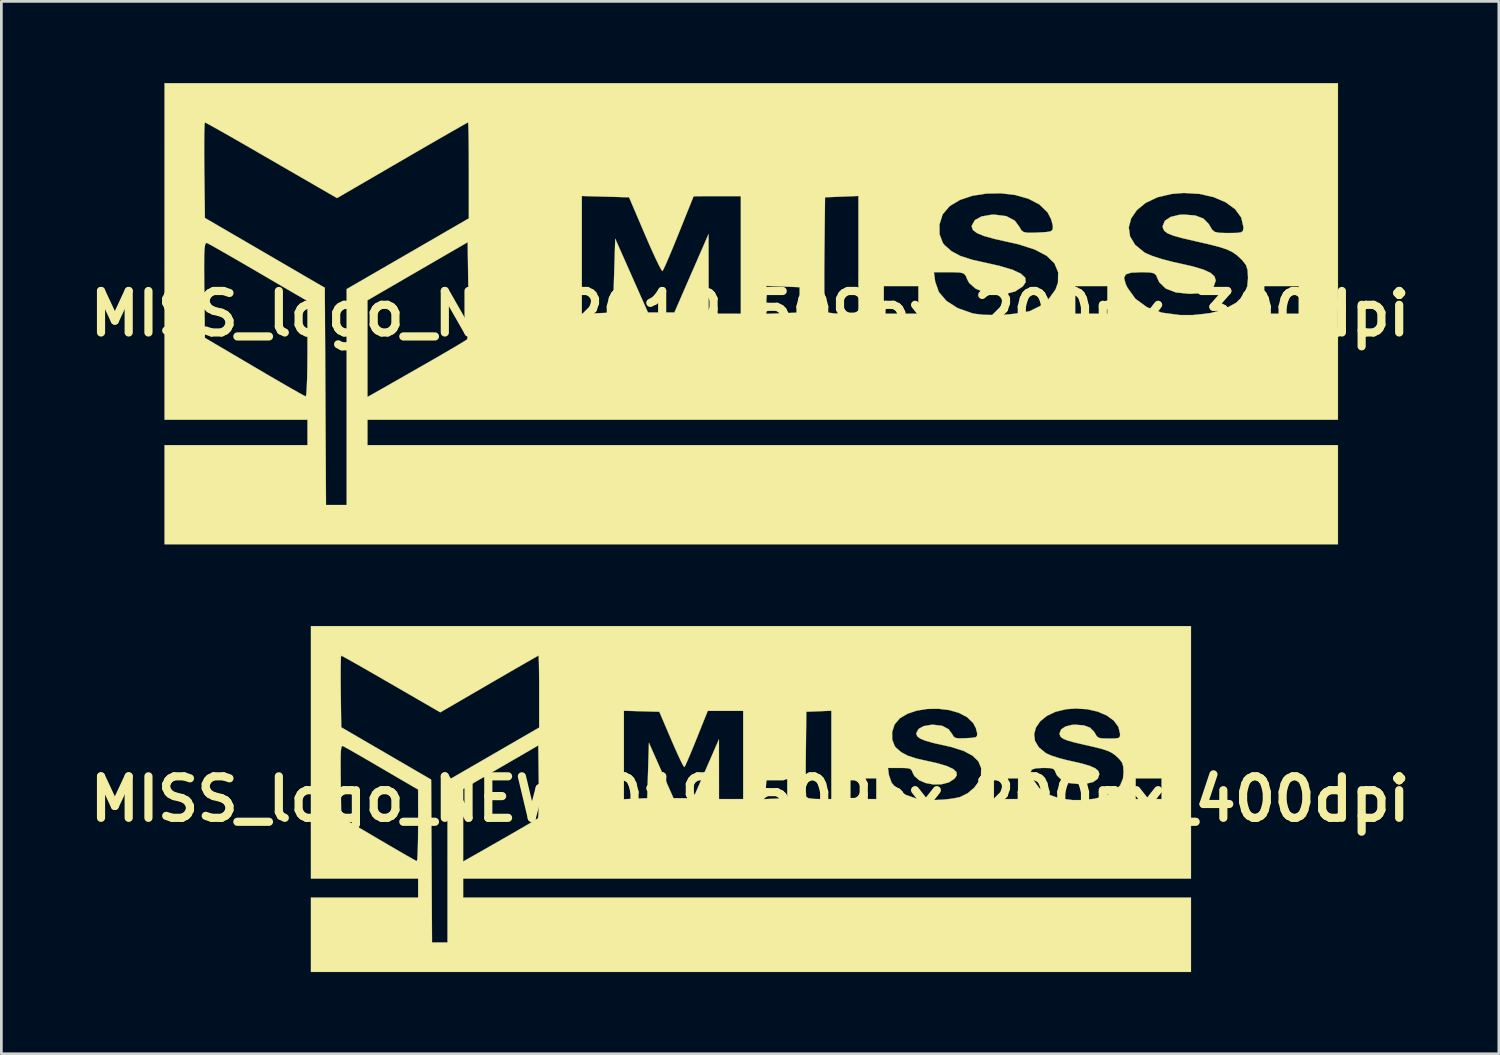
<source format=kicad_pcb>
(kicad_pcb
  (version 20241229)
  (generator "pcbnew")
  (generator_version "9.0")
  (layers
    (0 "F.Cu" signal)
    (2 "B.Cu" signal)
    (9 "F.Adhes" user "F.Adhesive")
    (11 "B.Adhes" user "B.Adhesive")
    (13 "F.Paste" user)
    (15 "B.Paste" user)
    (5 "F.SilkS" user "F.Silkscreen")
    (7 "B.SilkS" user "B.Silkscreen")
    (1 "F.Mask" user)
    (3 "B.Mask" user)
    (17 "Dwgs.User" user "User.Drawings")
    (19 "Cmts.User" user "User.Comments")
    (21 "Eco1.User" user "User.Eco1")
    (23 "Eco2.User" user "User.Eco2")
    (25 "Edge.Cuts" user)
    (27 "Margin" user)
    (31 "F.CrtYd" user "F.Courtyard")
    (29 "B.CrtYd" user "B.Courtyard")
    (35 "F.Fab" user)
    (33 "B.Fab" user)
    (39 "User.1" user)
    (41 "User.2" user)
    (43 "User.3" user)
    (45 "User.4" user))
  (footprint "MISS_logo_NEW2019_509px_200px_400dpi"
    (layer "F.Cu")
    (at 24.5 26.298)
    (property "Reference" "MISS_logo_NEW2019_509px_200px_400dpi" (at 0 0 0) (layer "F.SilkS") (effects (font (size 1.524 1.524) (thickness 0.3))))
    (attr through_hole)
    (fp_poly (pts (xy 16.192 2.921) (xy -10.541 2.921) (xy -10.541 3.619) (xy 16.192 3.619) (xy 16.192 6.35) (xy -16.129 6.35) (xy -16.129 3.619) (xy -12.192 3.619) (xy -12.192 2.921) (xy -16.129 2.921) (xy -16.129 -1.298) (xy -15.04 -1.298) (xy -15.038 -0.909) (xy -15.035 -0.658) (xy -15.018 0.666) (xy -13.652 1.47) (xy -13.276 1.691) (xy -12.935 1.889) (xy -12.646 2.056) (xy -12.424 2.182) (xy -12.283 2.259) (xy -12.24 2.28) (xy -12.225 2.221) (xy -12.213 2.054) (xy -12.203 1.798) (xy -12.196 1.469) (xy -12.193 1.088) (xy -12.192 0.968) (xy -12.193 -0.349) (xy -12.367 -0.45) (xy -12.473 -0.512) (xy -12.67 -0.627) (xy -12.938 -0.783) (xy -13.257 -0.97) (xy -13.61 -1.176) (xy -13.708 -1.233) (xy -14.059 -1.438) (xy -14.376 -1.621) (xy -14.642 -1.773) (xy -14.839 -1.883) (xy -14.95 -1.943) (xy -14.964 -1.949) (xy -14.994 -1.943) (xy -15.015 -1.889) (xy -15.03 -1.773) (xy -15.038 -1.581) (xy -15.04 -1.298) (xy -16.129 -1.298) (xy -16.129 -4.454) (xy -15.039 -4.454) (xy -15.036 -4.072) (xy -15.035 -3.954) (xy -15.018 -2.637) (xy -11.716 -0.715) (xy -11.699 2.278) (xy -11.683 5.271) (xy -11.113 5.271) (xy -11.113 -0.369) (xy -10.541 -0.369) (xy -10.541 2.295) (xy -10.176 2.088) (xy -9.997 1.987) (xy -9.736 1.838) (xy -9.418 1.656) (xy -9.072 1.459) (xy -8.826 1.318) (xy -8.506 1.133) (xy -8.224 0.969) (xy -7.999 0.835) (xy -7.848 0.743) (xy -7.793 0.706) (xy -7.779 0.631) (xy -7.769 0.448) (xy -7.762 0.177) (xy -7.76 0.006) (xy -4.636 0.006) (xy -4.63 0.006) (xy 0.445 0.006) (xy 0.905 -0.013) (xy 1.365 -0.032) (xy 1.365 -0.73) (xy 0.445 -0.768) (xy 0.445 0.006) (xy -4.63 0.006) (xy -3.778 -0.032) (xy -3.715 -2.064) (xy -3.264 -1.048) (xy -2.814 -0.032) (xy -2.086 -0.032) (xy -1.907 -0.445) (xy -1.804 -0.681) (xy -1.67 -0.988) (xy -1.526 -1.318) (xy -1.436 -1.524) (xy -1.145 -2.191) (xy -1.143 0) (xy -0.254 0) (xy -0.254 -0.864) (xy 2.042 -0.864) (xy 2.044 -0.533) (xy 2.049 -0.28) (xy 2.055 -0.123) (xy 2.061 -0.081) (xy 2.141 -0.031) (xy 2.339 -0.005) (xy 2.538 0) (xy 2.985 0) (xy 2.985 -0.762) (xy 3.683 -0.762) (xy 3.683 0) (xy 4.636 0) (xy 4.636 -0.762) (xy 3.683 -0.762) (xy 2.985 -0.762) (xy 2.985 -1.143) (xy 5.063 -1.143) (xy 5.098 -0.883) (xy 5.198 -0.598) (xy 5.409 -0.352) (xy 5.718 -0.154) (xy 6.111 -0.015) (xy 6.181 0.001) (xy 6.435 0.031) (xy 6.761 0.037) (xy 7.113 0.02) (xy 7.44 -0.016) (xy 7.694 -0.069) (xy 7.712 -0.074) (xy 7.993 -0.214) (xy 8.237 -0.422) (xy 8.413 -0.667) (xy 8.448 -0.762) (xy 8.954 -0.762) (xy 8.954 0) (xy 9.842 0) (xy 9.842 -0.762) (xy 8.954 -0.762) (xy 8.448 -0.762) (xy 8.481 -0.855) (xy 8.483 -0.986) (xy 10.301 -0.986) (xy 10.343 -0.826) (xy 10.392 -0.72) (xy 10.616 -0.408) (xy 10.936 -0.177) (xy 11.347 -0.028) (xy 11.847 0.038) (xy 12.201 0.036) (xy 12.65 -0.01) (xy 13.004 -0.102) (xy 13.076 -0.131) (xy 13.39 -0.301) (xy 13.592 -0.503) (xy 13.695 -0.753) (xy 13.696 -0.762) (xy 14.161 -0.762) (xy 14.161 0) (xy 15.113 0) (xy 15.113 -0.762) (xy 14.161 -0.762) (xy 13.696 -0.762) (xy 13.716 -0.982) (xy 13.705 -1.197) (xy 13.66 -1.342) (xy 13.558 -1.472) (xy 13.518 -1.512) (xy 13.402 -1.617) (xy 13.283 -1.7) (xy 13.138 -1.769) (xy 12.942 -1.835) (xy 12.671 -1.905) (xy 12.302 -1.99) (xy 12.262 -1.999) (xy 11.905 -2.082) (xy 11.656 -2.152) (xy 11.495 -2.218) (xy 11.406 -2.287) (xy 11.37 -2.369) (xy 11.367 -2.417) (xy 11.425 -2.559) (xy 11.584 -2.665) (xy 11.82 -2.724) (xy 11.948 -2.731) (xy 12.264 -2.705) (xy 12.485 -2.622) (xy 12.635 -2.472) (xy 12.667 -2.416) (xy 12.729 -2.311) (xy 12.802 -2.253) (xy 12.922 -2.228) (xy 13.125 -2.223) (xy 13.178 -2.223) (xy 13.399 -2.225) (xy 13.522 -2.241) (xy 13.576 -2.281) (xy 13.589 -2.357) (xy 13.589 -2.39) (xy 13.529 -2.649) (xy 13.362 -2.878) (xy 13.103 -3.068) (xy 12.771 -3.211) (xy 12.382 -3.3) (xy 11.952 -3.326) (xy 11.616 -3.301) (xy 11.22 -3.207) (xy 10.897 -3.054) (xy 10.654 -2.855) (xy 10.497 -2.626) (xy 10.431 -2.38) (xy 10.464 -2.134) (xy 10.603 -1.9) (xy 10.853 -1.695) (xy 10.9 -1.667) (xy 11.077 -1.591) (xy 11.336 -1.508) (xy 11.632 -1.429) (xy 11.775 -1.398) (xy 12.188 -1.304) (xy 12.487 -1.215) (xy 12.685 -1.124) (xy 12.794 -1.026) (xy 12.827 -0.915) (xy 12.769 -0.746) (xy 12.601 -0.627) (xy 12.332 -0.561) (xy 12.106 -0.549) (xy 11.733 -0.586) (xy 11.453 -0.692) (xy 11.273 -0.864) (xy 11.229 -0.957) (xy 11.186 -1.057) (xy 11.126 -1.113) (xy 11.014 -1.137) (xy 10.817 -1.143) (xy 10.755 -1.143) (xy 10.495 -1.13) (xy 10.348 -1.083) (xy 10.301 -0.986) (xy 8.483 -0.986) (xy 8.486 -1.141) (xy 8.384 -1.387) (xy 8.169 -1.596) (xy 7.84 -1.77) (xy 7.392 -1.912) (xy 7.156 -1.966) (xy 6.746 -2.057) (xy 6.448 -2.14) (xy 6.251 -2.22) (xy 6.141 -2.303) (xy 6.105 -2.395) (xy 6.107 -2.426) (xy 6.189 -2.576) (xy 6.375 -2.679) (xy 6.648 -2.726) (xy 6.731 -2.729) (xy 7.057 -2.688) (xy 7.29 -2.565) (xy 7.418 -2.392) (xy 7.471 -2.299) (xy 7.537 -2.248) (xy 7.651 -2.23) (xy 7.848 -2.232) (xy 7.926 -2.236) (xy 8.152 -2.248) (xy 8.277 -2.268) (xy 8.331 -2.309) (xy 8.341 -2.384) (xy 8.338 -2.43) (xy 8.293 -2.602) (xy 8.198 -2.785) (xy 8.19 -2.796) (xy 7.968 -3.01) (xy 7.665 -3.168) (xy 7.304 -3.27) (xy 6.911 -3.317) (xy 6.509 -3.31) (xy 6.124 -3.249) (xy 5.78 -3.134) (xy 5.5 -2.967) (xy 5.311 -2.747) (xy 5.303 -2.731) (xy 5.216 -2.46) (xy 5.219 -2.185) (xy 5.31 -1.949) (xy 5.357 -1.889) (xy 5.549 -1.721) (xy 5.791 -1.592) (xy 6.111 -1.488) (xy 6.397 -1.423) (xy 6.872 -1.317) (xy 7.224 -1.212) (xy 7.459 -1.104) (xy 7.579 -0.991) (xy 7.591 -0.87) (xy 7.509 -0.75) (xy 7.299 -0.613) (xy 7.032 -0.543) (xy 6.74 -0.536) (xy 6.455 -0.587) (xy 6.209 -0.693) (xy 6.033 -0.849) (xy 5.979 -0.951) (xy 5.937 -1.053) (xy 5.88 -1.111) (xy 5.774 -1.136) (xy 5.586 -1.143) (xy 5.488 -1.143) (xy 5.063 -1.143) (xy 2.985 -1.143) (xy 2.985 -3.244) (xy 2.064 -3.207) (xy 2.047 -1.684) (xy 2.043 -1.254) (xy 2.042 -0.864) (xy -0.254 -0.864) (xy -0.254 -3.239) (xy -1.556 -3.238) (xy -1.965 -2.219) (xy -2.101 -1.884) (xy -2.222 -1.593) (xy -2.321 -1.364) (xy -2.388 -1.218) (xy -2.414 -1.174) (xy -2.451 -1.221) (xy -2.528 -1.367) (xy -2.636 -1.594) (xy -2.767 -1.885) (xy -2.894 -2.178) (xy -3.334 -3.207) (xy -3.985 -3.225) (xy -4.636 -3.243) (xy -4.636 0.006) (xy -7.76 0.006) (xy -7.759 -0.161) (xy -7.76 -0.548) (xy -7.762 -0.657) (xy -7.779 -1.971) (xy -10.541 -0.369) (xy -11.113 -0.369) (xy -11.113 -0.678) (xy -7.747 -2.626) (xy -7.747 -3.948) (xy -7.748 -4.343) (xy -7.751 -4.69) (xy -7.755 -4.972) (xy -7.761 -5.17) (xy -7.767 -5.265) (xy -7.769 -5.271) (xy -7.827 -5.24) (xy -7.982 -5.153) (xy -8.221 -5.016) (xy -8.53 -4.839) (xy -8.896 -4.627) (xy -9.307 -4.389) (xy -9.585 -4.228) (xy -11.378 -3.186) (xy -11.579 -3.301) (xy -11.684 -3.362) (xy -11.884 -3.477) (xy -12.162 -3.638) (xy -12.501 -3.834) (xy -12.887 -4.057) (xy -13.302 -4.297) (xy -13.382 -4.343) (xy -13.791 -4.579) (xy -14.163 -4.793) (xy -14.486 -4.977) (xy -14.744 -5.122) (xy -14.924 -5.222) (xy -15.012 -5.268) (xy -15.018 -5.271) (xy -15.028 -5.21) (xy -15.034 -5.041) (xy -15.038 -4.783) (xy -15.039 -4.454) (xy -16.129 -4.454) (xy -16.129 -6.35) (xy 16.192 -6.35) (xy 16.192 2.921)) (stroke (width 0.01) (type solid)) (fill yes) (layer "F.SilkS")))
  (footprint "MISS_logo_NEW2019_509px_200px_300dpi"
    (layer "F.Cu")
    (at 24.5 8.472)
    (property "Reference" "MISS_logo_NEW2019_509px_200px_300dpi" (at 0 0 0) (layer "F.SilkS") (effects (font (size 1.524 1.524) (thickness 0.3))))
    (attr through_hole)
    (fp_poly (pts (xy 21.59 3.895) (xy -14.055 3.895) (xy -14.055 4.826) (xy 21.59 4.826) (xy 21.59 8.467) (xy -21.505 8.467) (xy -21.505 4.826) (xy -16.256 4.826) (xy -16.256 3.895) (xy -21.505 3.895) (xy -21.505 -1.73) (xy -20.054 -1.73) (xy -20.051 -1.212) (xy -20.047 -0.878) (xy -20.024 0.888) (xy -18.203 1.96) (xy -17.701 2.255) (xy -17.247 2.519) (xy -16.862 2.741) (xy -16.565 2.909) (xy -16.377 3.012) (xy -16.32 3.04) (xy -16.301 2.962) (xy -16.284 2.739) (xy -16.27 2.397) (xy -16.261 1.959) (xy -16.257 1.451) (xy -16.257 1.291) (xy -16.257 -0.466) (xy -16.489 -0.601) (xy -16.631 -0.683) (xy -16.893 -0.836) (xy -17.25 -1.044) (xy -17.676 -1.293) (xy -18.146 -1.568) (xy -18.278 -1.645) (xy -18.746 -1.917) (xy -19.169 -2.161) (xy -19.523 -2.363) (xy -19.785 -2.511) (xy -19.933 -2.59) (xy -19.952 -2.599) (xy -19.991 -2.591) (xy -20.02 -2.519) (xy -20.04 -2.364) (xy -20.051 -2.108) (xy -20.054 -1.73) (xy -21.505 -1.73) (xy -21.505 -5.938) (xy -20.052 -5.938) (xy -20.048 -5.43) (xy -20.047 -5.272) (xy -20.024 -3.517) (xy -17.822 -2.235) (xy -15.621 -0.953) (xy -15.599 3.037) (xy -15.577 7.027) (xy -14.817 7.027) (xy -14.817 -0.492) (xy -14.055 -0.492) (xy -14.055 3.06) (xy -13.568 2.784) (xy -13.33 2.649) (xy -12.981 2.45) (xy -12.558 2.208) (xy -12.097 1.945) (xy -11.769 1.757) (xy -11.342 1.511) (xy -10.966 1.292) (xy -10.665 1.113) (xy -10.464 0.991) (xy -10.391 0.941) (xy -10.373 0.841) (xy -10.358 0.597) (xy -10.349 0.237) (xy -10.347 0.008) (xy -6.181 0.008) (xy -6.173 0.007) (xy 0.593 0.007) (xy 1.82 -0.042) (xy 1.82 -0.974) (xy 0.593 -1.023) (xy 0.593 0.007) (xy -6.173 0.007) (xy -5.038 -0.042) (xy -4.995 -1.397) (xy -4.953 -2.752) (xy -4.352 -1.397) (xy -3.751 -0.042) (xy -2.781 -0.042) (xy -2.542 -0.593) (xy -2.405 -0.908) (xy -2.227 -1.317) (xy -2.035 -1.757) (xy -1.915 -2.032) (xy -1.527 -2.921) (xy -1.525 -1.46) (xy -1.524 0) (xy -0.339 0) (xy -0.339 -1.152) (xy 2.723 -1.152) (xy 2.726 -0.711) (xy 2.731 -0.373) (xy 2.74 -0.163) (xy 2.747 -0.108) (xy 2.855 -0.041) (xy 3.119 -0.007) (xy 3.384 0) (xy 3.979 0) (xy 3.979 -1.016) (xy 4.911 -1.016) (xy 4.911 0) (xy 6.181 0) (xy 6.181 -1.016) (xy 4.911 -1.016) (xy 3.979 -1.016) (xy 3.979 -1.524) (xy 6.751 -1.524) (xy 6.798 -1.177) (xy 6.931 -0.798) (xy 7.212 -0.469) (xy 7.624 -0.205) (xy 8.148 -0.02) (xy 8.242 0.002) (xy 8.579 0.041) (xy 9.015 0.049) (xy 9.483 0.027) (xy 9.92 -0.021) (xy 10.259 -0.092) (xy 10.283 -0.099) (xy 10.657 -0.285) (xy 10.983 -0.563) (xy 11.218 -0.889) (xy 11.263 -1.016) (xy 11.938 -1.016) (xy 11.938 0) (xy 13.123 0) (xy 13.123 -1.016) (xy 11.938 -1.016) (xy 11.263 -1.016) (xy 11.308 -1.14) (xy 11.311 -1.315) (xy 13.735 -1.315) (xy 13.791 -1.102) (xy 13.856 -0.96) (xy 14.154 -0.545) (xy 14.581 -0.236) (xy 15.13 -0.037) (xy 15.797 0.051) (xy 16.269 0.049) (xy 16.867 -0.013) (xy 17.339 -0.136) (xy 17.435 -0.175) (xy 17.853 -0.402) (xy 18.122 -0.67) (xy 18.26 -1.004) (xy 18.261 -1.016) (xy 18.881 -1.016) (xy 18.881 0) (xy 20.151 0) (xy 20.151 -1.016) (xy 18.881 -1.016) (xy 18.261 -1.016) (xy 18.288 -1.309) (xy 18.274 -1.596) (xy 18.213 -1.789) (xy 18.077 -1.963) (xy 18.024 -2.016) (xy 17.87 -2.156) (xy 17.711 -2.267) (xy 17.517 -2.359) (xy 17.256 -2.446) (xy 16.895 -2.54) (xy 16.403 -2.653) (xy 16.349 -2.665) (xy 15.873 -2.776) (xy 15.541 -2.869) (xy 15.327 -2.957) (xy 15.208 -3.049) (xy 15.16 -3.158) (xy 15.155 -3.223) (xy 15.233 -3.412) (xy 15.446 -3.554) (xy 15.76 -3.631) (xy 15.931 -3.641) (xy 16.352 -3.607) (xy 16.647 -3.496) (xy 16.846 -3.295) (xy 16.889 -3.221) (xy 16.972 -3.082) (xy 17.069 -3.004) (xy 17.229 -2.971) (xy 17.5 -2.963) (xy 17.571 -2.963) (xy 17.865 -2.967) (xy 18.03 -2.987) (xy 18.101 -3.041) (xy 18.118 -3.143) (xy 18.119 -3.186) (xy 18.039 -3.533) (xy 17.816 -3.838) (xy 17.471 -4.091) (xy 17.028 -4.282) (xy 16.509 -4.4) (xy 15.937 -4.435) (xy 15.488 -4.401) (xy 14.96 -4.276) (xy 14.53 -4.072) (xy 14.206 -3.807) (xy 13.995 -3.501) (xy 13.908 -3.174) (xy 13.953 -2.845) (xy 14.137 -2.534) (xy 14.47 -2.26) (xy 14.533 -2.223) (xy 14.769 -2.122) (xy 15.114 -2.01) (xy 15.51 -1.906) (xy 15.701 -1.864) (xy 16.251 -1.739) (xy 16.65 -1.62) (xy 16.913 -1.499) (xy 17.058 -1.367) (xy 17.103 -1.22) (xy 17.025 -0.995) (xy 16.801 -0.836) (xy 16.442 -0.748) (xy 16.141 -0.731) (xy 15.644 -0.781) (xy 15.271 -0.922) (xy 15.031 -1.152) (xy 14.971 -1.275) (xy 14.915 -1.41) (xy 14.835 -1.484) (xy 14.685 -1.516) (xy 14.422 -1.524) (xy 14.34 -1.524) (xy 13.993 -1.507) (xy 13.797 -1.444) (xy 13.735 -1.315) (xy 11.311 -1.315) (xy 11.315 -1.522) (xy 11.178 -1.85) (xy 10.893 -2.128) (xy 10.454 -2.359) (xy 9.857 -2.55) (xy 9.541 -2.621) (xy 8.994 -2.743) (xy 8.598 -2.853) (xy 8.335 -2.96) (xy 8.188 -3.071) (xy 8.141 -3.194) (xy 8.143 -3.235) (xy 8.253 -3.435) (xy 8.501 -3.572) (xy 8.864 -3.635) (xy 8.975 -3.638) (xy 9.409 -3.584) (xy 9.72 -3.42) (xy 9.891 -3.19) (xy 9.961 -3.066) (xy 10.049 -2.998) (xy 10.202 -2.973) (xy 10.464 -2.976) (xy 10.569 -2.981) (xy 10.869 -2.997) (xy 11.036 -3.024) (xy 11.108 -3.079) (xy 11.121 -3.178) (xy 11.118 -3.239) (xy 11.057 -3.47) (xy 10.931 -3.713) (xy 10.92 -3.728) (xy 10.625 -4.013) (xy 10.22 -4.224) (xy 9.739 -4.36) (xy 9.215 -4.423) (xy 8.679 -4.413) (xy 8.165 -4.332) (xy 7.706 -4.179) (xy 7.334 -3.956) (xy 7.082 -3.663) (xy 7.07 -3.642) (xy 6.955 -3.279) (xy 6.959 -2.913) (xy 7.079 -2.599) (xy 7.143 -2.518) (xy 7.399 -2.295) (xy 7.721 -2.122) (xy 8.148 -1.984) (xy 8.529 -1.898) (xy 9.162 -1.756) (xy 9.632 -1.616) (xy 9.945 -1.472) (xy 10.106 -1.321) (xy 10.122 -1.16) (xy 10.012 -1) (xy 9.731 -0.817) (xy 9.375 -0.724) (xy 8.986 -0.715) (xy 8.606 -0.783) (xy 8.278 -0.924) (xy 8.044 -1.132) (xy 7.972 -1.267) (xy 7.916 -1.404) (xy 7.84 -1.481) (xy 7.698 -1.515) (xy 7.448 -1.524) (xy 7.317 -1.524) (xy 6.751 -1.524) (xy 3.979 -1.524) (xy 3.979 -4.325) (xy 2.752 -4.276) (xy 2.729 -2.245) (xy 2.724 -1.672) (xy 2.723 -1.152) (xy -0.339 -1.152) (xy -0.339 -4.318) (xy -2.074 -4.317) (xy -2.62 -2.958) (xy -2.801 -2.512) (xy -2.963 -2.124) (xy -3.095 -1.819) (xy -3.185 -1.624) (xy -3.219 -1.565) (xy -3.268 -1.628) (xy -3.371 -1.823) (xy -3.515 -2.126) (xy -3.69 -2.513) (xy -3.859 -2.904) (xy -4.445 -4.276) (xy -5.313 -4.3) (xy -6.181 -4.324) (xy -6.181 0.008) (xy -10.347 0.008) (xy -10.345 -0.215) (xy -10.347 -0.731) (xy -10.349 -0.876) (xy -10.372 -2.628) (xy -12.213 -1.56) (xy -14.055 -0.492) (xy -14.817 -0.492) (xy -14.817 -0.904) (xy -12.573 -2.203) (xy -10.329 -3.502) (xy -10.329 -5.264) (xy -10.331 -5.79) (xy -10.334 -6.253) (xy -10.34 -6.629) (xy -10.348 -6.893) (xy -10.356 -7.02) (xy -10.359 -7.027) (xy -10.437 -6.986) (xy -10.643 -6.87) (xy -10.961 -6.689) (xy -11.373 -6.452) (xy -11.862 -6.17) (xy -12.41 -5.853) (xy -12.78 -5.638) (xy -15.171 -4.248) (xy -15.438 -4.402) (xy -15.579 -4.483) (xy -15.846 -4.637) (xy -16.216 -4.851) (xy -16.669 -5.112) (xy -17.183 -5.409) (xy -17.737 -5.73) (xy -17.843 -5.791) (xy -18.388 -6.106) (xy -18.884 -6.391) (xy -19.314 -6.636) (xy -19.659 -6.83) (xy -19.899 -6.963) (xy -20.016 -7.024) (xy -20.024 -7.027) (xy -20.037 -6.947) (xy -20.046 -6.722) (xy -20.051 -6.377) (xy -20.052 -5.938) (xy -21.505 -5.938) (xy -21.505 -8.467) (xy 21.59 -8.467) (xy 21.59 3.895)) (stroke (width 0.01) (type solid)) (fill yes) (layer "F.SilkS")))
  (gr_rect
    (start -3 -3)
    (end 52 35.653)
    (stroke (width 0.1) (type default))
    (fill no)
    (layer "Edge.Cuts")))
</source>
